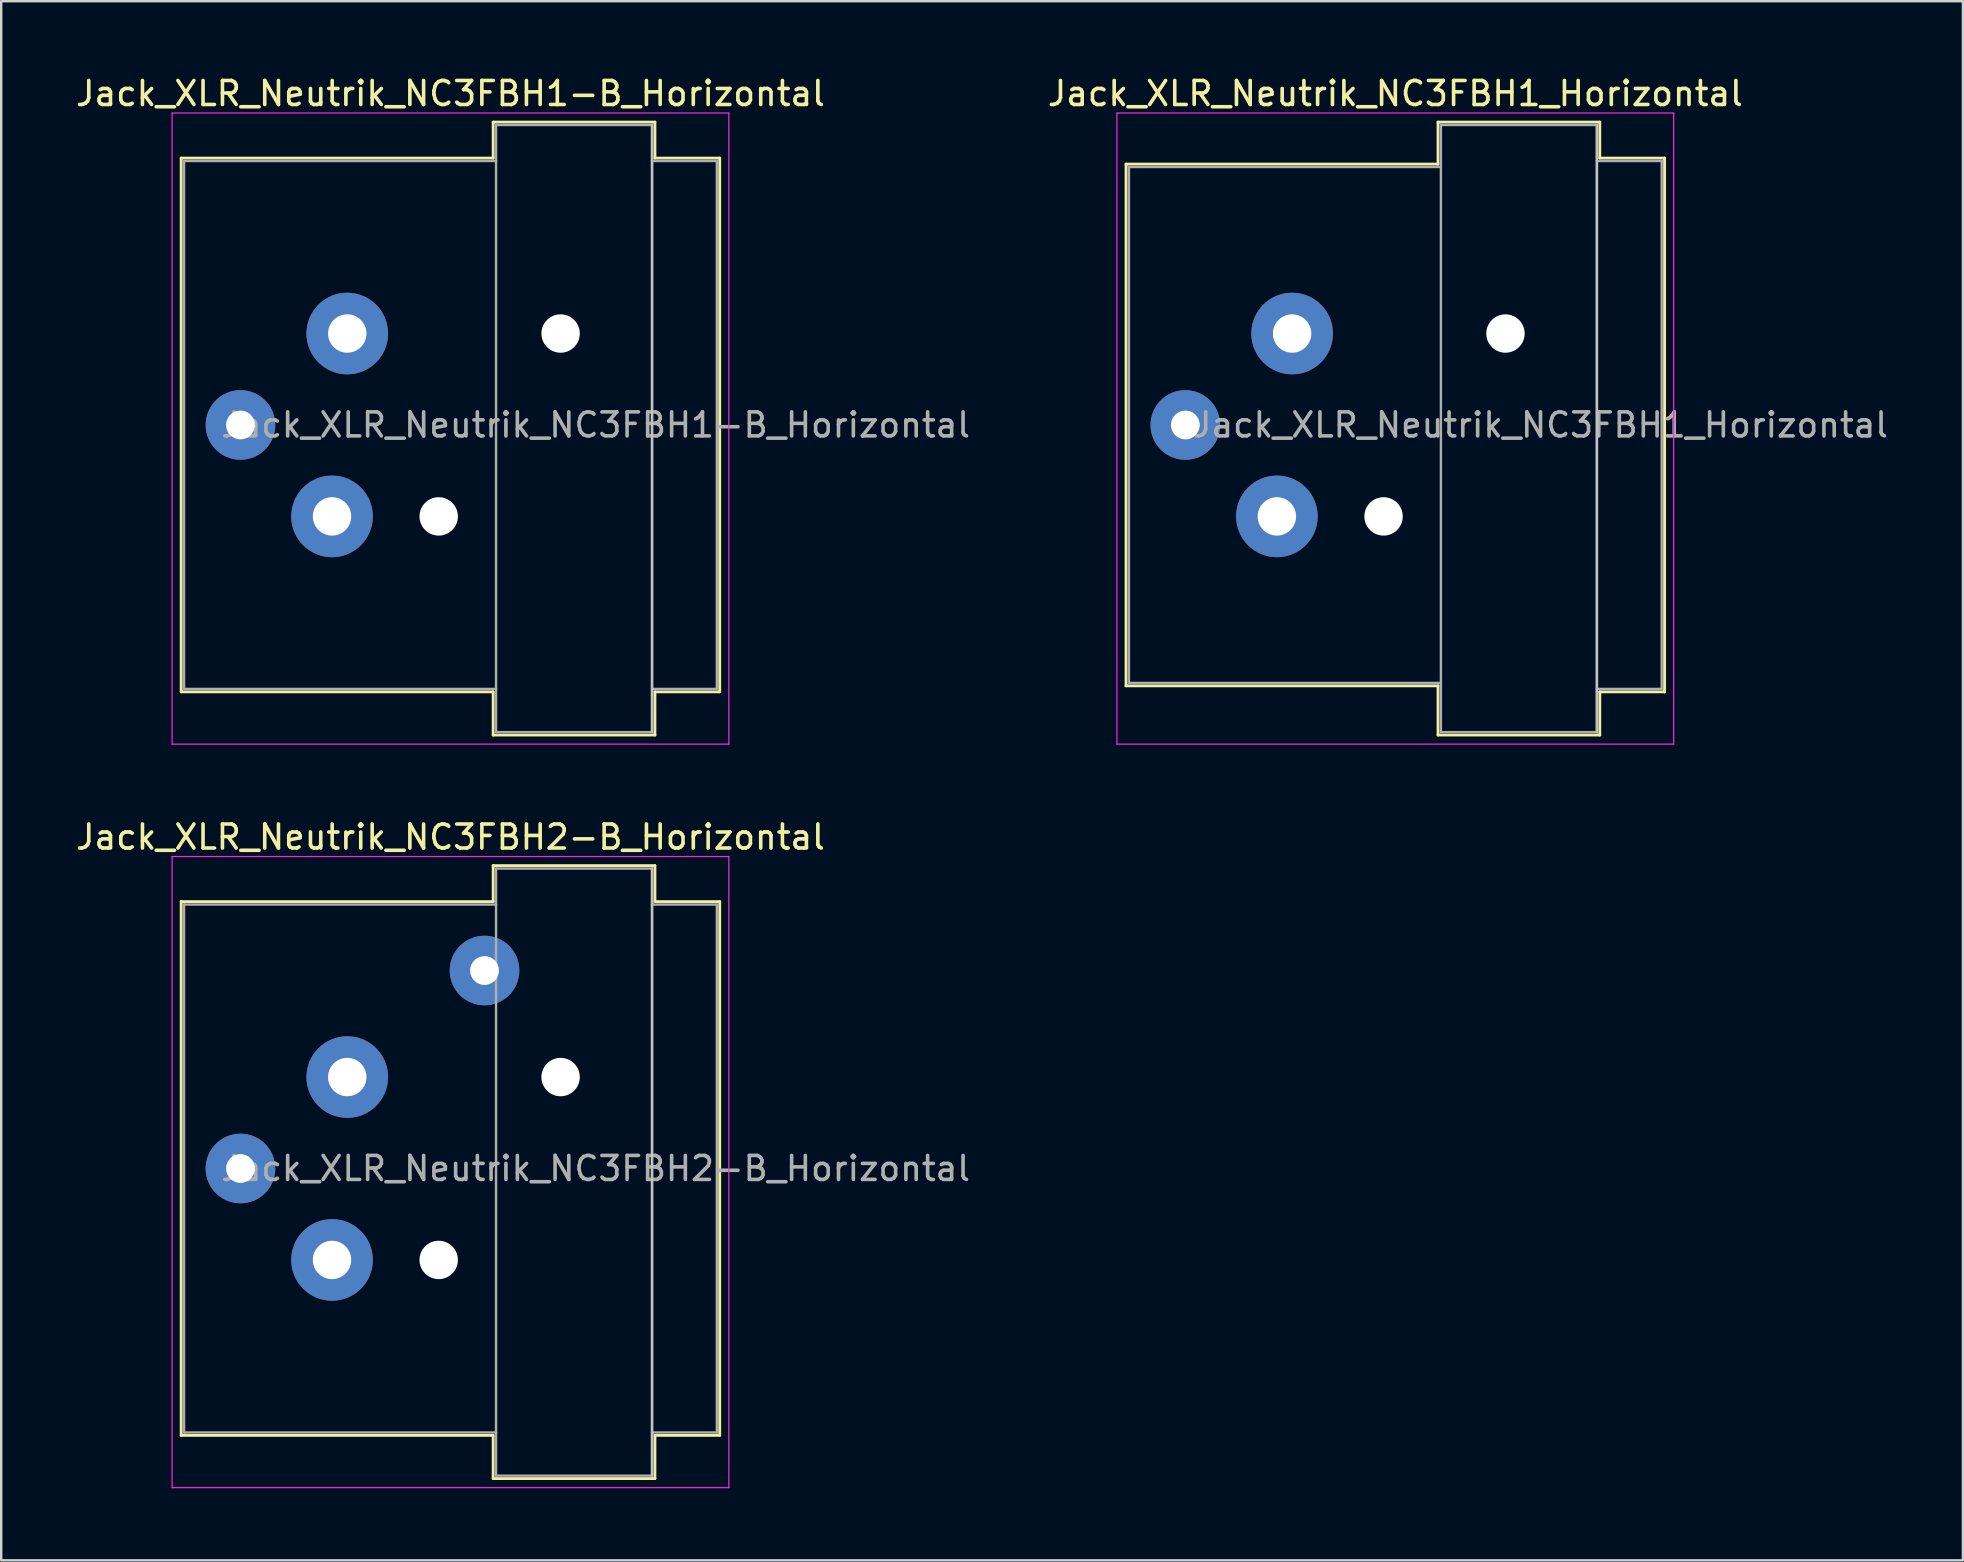
<source format=kicad_pcb>
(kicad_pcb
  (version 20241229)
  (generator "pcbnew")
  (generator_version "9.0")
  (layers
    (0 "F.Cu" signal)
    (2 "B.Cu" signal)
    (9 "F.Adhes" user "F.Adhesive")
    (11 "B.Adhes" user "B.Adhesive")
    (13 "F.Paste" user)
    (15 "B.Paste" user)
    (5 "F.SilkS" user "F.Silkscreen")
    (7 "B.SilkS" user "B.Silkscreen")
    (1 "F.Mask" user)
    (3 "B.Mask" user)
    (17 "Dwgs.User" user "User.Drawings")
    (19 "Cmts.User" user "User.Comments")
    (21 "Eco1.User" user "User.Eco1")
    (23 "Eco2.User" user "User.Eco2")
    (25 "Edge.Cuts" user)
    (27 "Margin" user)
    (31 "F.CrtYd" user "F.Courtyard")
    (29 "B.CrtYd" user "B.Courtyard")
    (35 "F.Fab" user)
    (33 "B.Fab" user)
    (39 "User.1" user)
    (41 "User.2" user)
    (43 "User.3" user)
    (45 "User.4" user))
  (footprint "Jack_XLR_Neutrik_NC3FBH1-B_Horizontal"
    (layer "F.Cu")
    (at 11.42 10.848)
    (property "Reference" "Jack_XLR_Neutrik_NC3FBH1-B_Horizontal" (at 4.3 -10 0) (layer "F.SilkS") (effects (font (size 1 1) (thickness 0.15))))
    (attr through_hole)
    (fp_line (start -6.92 -7.31) (end -6.92 14.93) (stroke (width 0.12) (type solid)) (layer "F.SilkS"))
    (fp_line (start 6.08 -7.31) (end -6.92 -7.31) (stroke (width 0.12) (type solid)) (layer "F.SilkS"))
    (fp_line (start 6.08 -7.31) (end 6.08 -8.81) (stroke (width 0.12) (type solid)) (layer "F.SilkS"))
    (fp_line (start 6.08 14.93) (end -6.92 14.93) (stroke (width 0.12) (type solid)) (layer "F.SilkS"))
    (fp_line (start 6.08 16.73) (end 6.08 14.93) (stroke (width 0.12) (type solid)) (layer "F.SilkS"))
    (fp_line (start 12.82 -8.81) (end 6.08 -8.81) (stroke (width 0.12) (type solid)) (layer "F.SilkS"))
    (fp_line (start 12.82 -8.81) (end 12.82 -7.31) (stroke (width 0.12) (type solid)) (layer "F.SilkS"))
    (fp_line (start 12.82 -7.31) (end 15.52 -7.31) (stroke (width 0.12) (type solid)) (layer "F.SilkS"))
    (fp_line (start 12.82 14.93) (end 12.82 16.73) (stroke (width 0.12) (type solid)) (layer "F.SilkS"))
    (fp_line (start 12.82 14.93) (end 15.52 14.93) (stroke (width 0.12) (type solid)) (layer "F.SilkS"))
    (fp_line (start 12.82 16.73) (end 6.08 16.73) (stroke (width 0.12) (type solid)) (layer "F.SilkS"))
    (fp_line (start 15.52 -7.31) (end 15.52 14.93) (stroke (width 0.12) (type solid)) (layer "F.SilkS"))
    (fp_line (start 12.7 -8.69) (end 12.7 16.61) (stroke (width 0.1) (type solid)) (layer "Dwgs.User"))
    (fp_line (start -7.3 -9.19) (end -7.3 17.11) (stroke (width 0.05) (type solid)) (layer "F.CrtYd"))
    (fp_line (start 15.9 -9.19) (end -7.3 -9.19) (stroke (width 0.05) (type solid)) (layer "F.CrtYd"))
    (fp_line (start 15.9 -9.19) (end 15.9 17.11) (stroke (width 0.05) (type solid)) (layer "F.CrtYd"))
    (fp_line (start 15.9 17.11) (end -7.3 17.11) (stroke (width 0.05) (type solid)) (layer "F.CrtYd"))
    (fp_line (start -6.8 -7.19) (end -6.8 14.81) (stroke (width 0.1) (type solid)) (layer "F.Fab"))
    (fp_line (start -6.8 14.81) (end 6.2 14.81) (stroke (width 0.1) (type solid)) (layer "F.Fab"))
    (fp_line (start 6.2 -8.69) (end 12.7 -8.69) (stroke (width 0.1) (type solid)) (layer "F.Fab"))
    (fp_line (start 6.2 -7.19) (end -6.8 -7.19) (stroke (width 0.1) (type solid)) (layer "F.Fab"))
    (fp_line (start 6.2 16.61) (end 6.2 -8.69) (stroke (width 0.1) (type solid)) (layer "F.Fab"))
    (fp_line (start 12.7 -8.69) (end 12.7 16.61) (stroke (width 0.1) (type solid)) (layer "F.Fab"))
    (fp_line (start 12.7 -7.19) (end 15.4 -7.19) (stroke (width 0.1) (type solid)) (layer "F.Fab"))
    (fp_line (start 12.7 16.61) (end 6.2 16.61) (stroke (width 0.1) (type solid)) (layer "F.Fab"))
    (fp_line (start 15.4 -7.19) (end 15.4 14.81) (stroke (width 0.1) (type solid)) (layer "F.Fab"))
    (fp_line (start 15.4 14.81) (end 12.7 14.81) (stroke (width 0.1) (type solid)) (layer "F.Fab"))
    (fp_text user "${REFERENCE}" (at 10.35 3.81 0) (layer "F.Fab") (effects (font (size 1 1) (thickness 0.15))))
    (pad "" np_thru_hole circle (at 3.81 7.62) (size 1.6 1.6) (drill 1.6) (layers "*.Cu" "*.Mask"))
    (pad "" np_thru_hole circle (at 8.89 0) (size 1.6 1.6) (drill 1.6) (layers "*.Cu" "*.Mask"))
    (pad "1" thru_hole circle (at 0 0) (size 3.4 3.4) (drill 1.6) (layers "*.Cu" "*.Mask"))
    (pad "2" thru_hole circle (at -0.635 7.62) (size 3.4 3.4) (drill 1.6) (layers "*.Cu" "*.Mask"))
    (pad "3" thru_hole circle (at -4.45 3.81) (size 2.9 2.9) (drill 1.2) (layers "*.Cu" "*.Mask")))
  (footprint "Jack_XLR_Neutrik_NC3FBH1_Horizontal"
    (layer "F.Cu")
    (at 50.792 10.848)
    (property "Reference" "Jack_XLR_Neutrik_NC3FBH1_Horizontal" (at 4.3 -10 0) (layer "F.SilkS") (effects (font (size 1 1) (thickness 0.15))))
    (attr through_hole)
    (fp_line (start -6.92 -7.06) (end -6.92 14.68) (stroke (width 0.12) (type solid)) (layer "F.SilkS"))
    (fp_line (start 6.08 -7.06) (end -6.92 -7.06) (stroke (width 0.12) (type solid)) (layer "F.SilkS"))
    (fp_line (start 6.08 -7.06) (end 6.08 -8.81) (stroke (width 0.12) (type solid)) (layer "F.SilkS"))
    (fp_line (start 6.08 14.68) (end -6.92 14.68) (stroke (width 0.12) (type solid)) (layer "F.SilkS"))
    (fp_line (start 6.08 16.73) (end 6.08 14.68) (stroke (width 0.12) (type solid)) (layer "F.SilkS"))
    (fp_line (start 12.82 -8.81) (end 6.08 -8.81) (stroke (width 0.12) (type solid)) (layer "F.SilkS"))
    (fp_line (start 12.82 -8.81) (end 12.82 -7.31) (stroke (width 0.12) (type solid)) (layer "F.SilkS"))
    (fp_line (start 12.82 -7.31) (end 15.52 -7.31) (stroke (width 0.12) (type solid)) (layer "F.SilkS"))
    (fp_line (start 12.82 14.93) (end 12.82 16.73) (stroke (width 0.12) (type solid)) (layer "F.SilkS"))
    (fp_line (start 12.82 14.93) (end 15.52 14.93) (stroke (width 0.12) (type solid)) (layer "F.SilkS"))
    (fp_line (start 12.82 16.73) (end 6.08 16.73) (stroke (width 0.12) (type solid)) (layer "F.SilkS"))
    (fp_line (start 15.52 -7.31) (end 15.52 14.93) (stroke (width 0.12) (type solid)) (layer "F.SilkS"))
    (fp_line (start 12.7 -8.69) (end 12.7 16.61) (stroke (width 0.1) (type solid)) (layer "Dwgs.User"))
    (fp_line (start -7.3 -9.19) (end -7.3 17.11) (stroke (width 0.05) (type solid)) (layer "F.CrtYd"))
    (fp_line (start 15.9 -9.19) (end -7.3 -9.19) (stroke (width 0.05) (type solid)) (layer "F.CrtYd"))
    (fp_line (start 15.9 -9.19) (end 15.9 17.11) (stroke (width 0.05) (type solid)) (layer "F.CrtYd"))
    (fp_line (start 15.9 17.11) (end -7.3 17.11) (stroke (width 0.05) (type solid)) (layer "F.CrtYd"))
    (fp_line (start -6.8 -6.94) (end -6.8 14.56) (stroke (width 0.1) (type solid)) (layer "F.Fab"))
    (fp_line (start -6.8 14.56) (end 6.2 14.56) (stroke (width 0.1) (type solid)) (layer "F.Fab"))
    (fp_line (start 6.2 -8.69) (end 12.7 -8.69) (stroke (width 0.1) (type solid)) (layer "F.Fab"))
    (fp_line (start 6.2 -6.94) (end -6.8 -6.94) (stroke (width 0.1) (type solid)) (layer "F.Fab"))
    (fp_line (start 6.2 16.61) (end 6.2 -8.69) (stroke (width 0.1) (type solid)) (layer "F.Fab"))
    (fp_line (start 12.7 -8.69) (end 12.7 16.61) (stroke (width 0.1) (type solid)) (layer "F.Fab"))
    (fp_line (start 12.7 -7.19) (end 15.4 -7.19) (stroke (width 0.1) (type solid)) (layer "F.Fab"))
    (fp_line (start 12.7 16.61) (end 6.2 16.61) (stroke (width 0.1) (type solid)) (layer "F.Fab"))
    (fp_line (start 15.4 -7.19) (end 15.4 14.81) (stroke (width 0.1) (type solid)) (layer "F.Fab"))
    (fp_line (start 15.4 14.81) (end 12.7 14.81) (stroke (width 0.1) (type solid)) (layer "F.Fab"))
    (fp_text user "${REFERENCE}" (at 10.35 3.81 0) (layer "F.Fab") (effects (font (size 1 1) (thickness 0.15))))
    (pad "" np_thru_hole circle (at 3.81 7.62) (size 1.6 1.6) (drill 1.6) (layers "*.Cu" "*.Mask"))
    (pad "" np_thru_hole circle (at 8.89 0) (size 1.6 1.6) (drill 1.6) (layers "*.Cu" "*.Mask"))
    (pad "1" thru_hole circle (at 0 0) (size 3.4 3.4) (drill 1.6) (layers "*.Cu" "*.Mask"))
    (pad "2" thru_hole circle (at -0.635 7.62) (size 3.4 3.4) (drill 1.6) (layers "*.Cu" "*.Mask"))
    (pad "3" thru_hole circle (at -4.45 3.81) (size 2.9 2.9) (drill 1.2) (layers "*.Cu" "*.Mask")))
  (footprint "Jack_XLR_Neutrik_NC3FBH2-B_Horizontal"
    (layer "F.Cu")
    (at 11.42 41.831)
    (property "Reference" "Jack_XLR_Neutrik_NC3FBH2-B_Horizontal" (at 4.3 -10 0) (layer "F.SilkS") (effects (font (size 1 1) (thickness 0.15))))
    (attr through_hole)
    (fp_line (start -6.92 -7.31) (end -6.92 14.93) (stroke (width 0.12) (type solid)) (layer "F.SilkS"))
    (fp_line (start 6.08 -7.31) (end -6.92 -7.31) (stroke (width 0.12) (type solid)) (layer "F.SilkS"))
    (fp_line (start 6.08 -7.31) (end 6.08 -8.81) (stroke (width 0.12) (type solid)) (layer "F.SilkS"))
    (fp_line (start 6.08 14.93) (end -6.92 14.93) (stroke (width 0.12) (type solid)) (layer "F.SilkS"))
    (fp_line (start 6.08 16.73) (end 6.08 14.93) (stroke (width 0.12) (type solid)) (layer "F.SilkS"))
    (fp_line (start 12.82 -8.81) (end 6.08 -8.81) (stroke (width 0.12) (type solid)) (layer "F.SilkS"))
    (fp_line (start 12.82 -8.81) (end 12.82 -7.31) (stroke (width 0.12) (type solid)) (layer "F.SilkS"))
    (fp_line (start 12.82 -7.31) (end 15.52 -7.31) (stroke (width 0.12) (type solid)) (layer "F.SilkS"))
    (fp_line (start 12.82 14.93) (end 12.82 16.73) (stroke (width 0.12) (type solid)) (layer "F.SilkS"))
    (fp_line (start 12.82 14.93) (end 15.52 14.93) (stroke (width 0.12) (type solid)) (layer "F.SilkS"))
    (fp_line (start 12.82 16.73) (end 6.08 16.73) (stroke (width 0.12) (type solid)) (layer "F.SilkS"))
    (fp_line (start 15.52 -7.31) (end 15.52 14.93) (stroke (width 0.12) (type solid)) (layer "F.SilkS"))
    (fp_line (start 12.7 -8.69) (end 12.7 16.61) (stroke (width 0.1) (type solid)) (layer "Dwgs.User"))
    (fp_line (start -7.3 -9.19) (end -7.3 17.11) (stroke (width 0.05) (type solid)) (layer "F.CrtYd"))
    (fp_line (start 15.9 -9.19) (end -7.3 -9.19) (stroke (width 0.05) (type solid)) (layer "F.CrtYd"))
    (fp_line (start 15.9 -9.19) (end 15.9 17.11) (stroke (width 0.05) (type solid)) (layer "F.CrtYd"))
    (fp_line (start 15.9 17.11) (end -7.3 17.11) (stroke (width 0.05) (type solid)) (layer "F.CrtYd"))
    (fp_line (start -6.8 -7.19) (end -6.8 14.81) (stroke (width 0.1) (type solid)) (layer "F.Fab"))
    (fp_line (start -6.8 14.81) (end 6.2 14.81) (stroke (width 0.1) (type solid)) (layer "F.Fab"))
    (fp_line (start 6.2 -8.69) (end 12.7 -8.69) (stroke (width 0.1) (type solid)) (layer "F.Fab"))
    (fp_line (start 6.2 -7.19) (end -6.8 -7.19) (stroke (width 0.1) (type solid)) (layer "F.Fab"))
    (fp_line (start 6.2 16.61) (end 6.2 -8.69) (stroke (width 0.1) (type solid)) (layer "F.Fab"))
    (fp_line (start 12.7 -8.69) (end 12.7 16.61) (stroke (width 0.1) (type solid)) (layer "F.Fab"))
    (fp_line (start 12.7 -7.19) (end 15.4 -7.19) (stroke (width 0.1) (type solid)) (layer "F.Fab"))
    (fp_line (start 12.7 16.61) (end 6.2 16.61) (stroke (width 0.1) (type solid)) (layer "F.Fab"))
    (fp_line (start 15.4 -7.19) (end 15.4 14.81) (stroke (width 0.1) (type solid)) (layer "F.Fab"))
    (fp_line (start 15.4 14.81) (end 12.7 14.81) (stroke (width 0.1) (type solid)) (layer "F.Fab"))
    (fp_text user "${REFERENCE}" (at 10.35 3.81 0) (layer "F.Fab") (effects (font (size 1 1) (thickness 0.15))))
    (pad "" np_thru_hole circle (at 3.81 7.62) (size 1.6 1.6) (drill 1.6) (layers "*.Cu" "*.Mask"))
    (pad "" np_thru_hole circle (at 8.89 0) (size 1.6 1.6) (drill 1.6) (layers "*.Cu" "*.Mask"))
    (pad "1" thru_hole circle (at 0 0) (size 3.4 3.4) (drill 1.6) (layers "*.Cu" "*.Mask"))
    (pad "2" thru_hole circle (at -0.635 7.62) (size 3.4 3.4) (drill 1.6) (layers "*.Cu" "*.Mask"))
    (pad "3" thru_hole circle (at -4.45 3.81) (size 2.9 2.9) (drill 1.2) (layers "*.Cu" "*.Mask"))
    (pad "G" thru_hole circle (at 5.72 -4.44) (size 2.9 2.9) (drill 1.2) (layers "*.Cu" "*.Mask")))
  (gr_rect
    (start -3 -3)
    (end 78.743 61.967)
    (stroke (width 0.1) (type default))
    (fill no)
    (layer "Edge.Cuts")))
</source>
